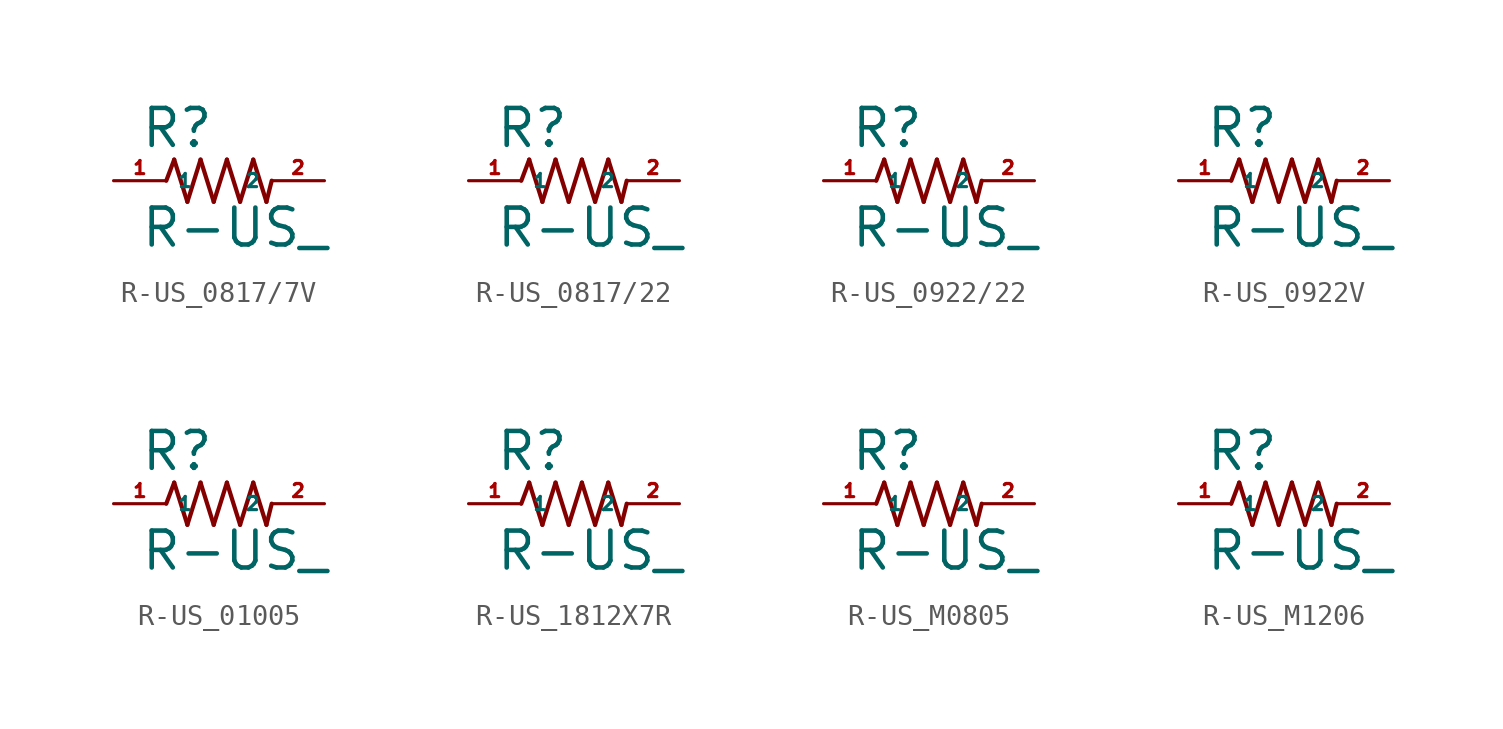
<source format=kicad_sym>
(kicad_symbol_lib
  (version 20220914)
  (generator Eagle2Kicad)
  (symbol "R-US_0817/7V"
    (property "Reference" "R"
      (at -3.81 1.499 0)
      (effects (font (size 1.778 1.778) (thickness 0.22)) (justify left bottom)))
    (property "Value" "R-US_"
      (at -3.81 -3.302 0)
      (effects (font (size 1.778 1.778) (thickness 0.22)) (justify left bottom)))
    (polyline
      (pts (xy -2.54 0) (xy -2.159 1.016))
      (stroke (width 0.203) (type default))
      (fill (type none)))
    (polyline
      (pts (xy -2.159 1.016) (xy -1.524 -1.016))
      (stroke (width 0.203) (type default))
      (fill (type none)))
    (polyline
      (pts (xy -1.524 -1.016) (xy -0.889 1.016))
      (stroke (width 0.203) (type default))
      (fill (type none)))
    (polyline
      (pts (xy -0.889 1.016) (xy -0.254 -1.016))
      (stroke (width 0.203) (type default))
      (fill (type none)))
    (polyline
      (pts (xy -0.254 -1.016) (xy 0.381 1.016))
      (stroke (width 0.203) (type default))
      (fill (type none)))
    (polyline
      (pts (xy 0.381 1.016) (xy 1.016 -1.016))
      (stroke (width 0.203) (type default))
      (fill (type none)))
    (polyline
      (pts (xy 1.016 -1.016) (xy 1.651 1.016))
      (stroke (width 0.203) (type default))
      (fill (type none)))
    (polyline
      (pts (xy 1.651 1.016) (xy 2.286 -1.016))
      (stroke (width 0.203) (type default))
      (fill (type none)))
    (polyline
      (pts (xy 2.286 -1.016) (xy 2.54 0))
      (stroke (width 0.203) (type default))
      (fill (type none)))
    (pin passive line
      (at 5.08 0 180)
      (length 2.54)
      (name "2" (effects (font (size 0.635 0.635) (thickness 0.08)) (justify left bottom)))
      (number "2" (effects (font (size 0.635 0.635) (thickness 0.08)) (justify left bottom))))
    (pin passive line
      (at -5.08 0 0)
      (length 2.54)
      (name "1" (effects (font (size 0.635 0.635) (thickness 0.08)) (justify left bottom)))
      (number "1" (effects (font (size 0.635 0.635) (thickness 0.08)) (justify left bottom)))))
  (symbol "R-US_0817/22"
    (property "Reference" "R"
      (at -3.81 1.499 0)
      (effects (font (size 1.778 1.778) (thickness 0.22)) (justify left bottom)))
    (property "Value" "R-US_"
      (at -3.81 -3.302 0)
      (effects (font (size 1.778 1.778) (thickness 0.22)) (justify left bottom)))
    (polyline
      (pts (xy -2.54 0) (xy -2.159 1.016))
      (stroke (width 0.203) (type default))
      (fill (type none)))
    (polyline
      (pts (xy -2.159 1.016) (xy -1.524 -1.016))
      (stroke (width 0.203) (type default))
      (fill (type none)))
    (polyline
      (pts (xy -1.524 -1.016) (xy -0.889 1.016))
      (stroke (width 0.203) (type default))
      (fill (type none)))
    (polyline
      (pts (xy -0.889 1.016) (xy -0.254 -1.016))
      (stroke (width 0.203) (type default))
      (fill (type none)))
    (polyline
      (pts (xy -0.254 -1.016) (xy 0.381 1.016))
      (stroke (width 0.203) (type default))
      (fill (type none)))
    (polyline
      (pts (xy 0.381 1.016) (xy 1.016 -1.016))
      (stroke (width 0.203) (type default))
      (fill (type none)))
    (polyline
      (pts (xy 1.016 -1.016) (xy 1.651 1.016))
      (stroke (width 0.203) (type default))
      (fill (type none)))
    (polyline
      (pts (xy 1.651 1.016) (xy 2.286 -1.016))
      (stroke (width 0.203) (type default))
      (fill (type none)))
    (polyline
      (pts (xy 2.286 -1.016) (xy 2.54 0))
      (stroke (width 0.203) (type default))
      (fill (type none)))
    (pin passive line
      (at 5.08 0 180)
      (length 2.54)
      (name "2" (effects (font (size 0.635 0.635) (thickness 0.08)) (justify left bottom)))
      (number "2" (effects (font (size 0.635 0.635) (thickness 0.08)) (justify left bottom))))
    (pin passive line
      (at -5.08 0 0)
      (length 2.54)
      (name "1" (effects (font (size 0.635 0.635) (thickness 0.08)) (justify left bottom)))
      (number "1" (effects (font (size 0.635 0.635) (thickness 0.08)) (justify left bottom)))))
  (symbol "R-US_0922/22"
    (property "Reference" "R"
      (at -3.81 1.499 0)
      (effects (font (size 1.778 1.778) (thickness 0.22)) (justify left bottom)))
    (property "Value" "R-US_"
      (at -3.81 -3.302 0)
      (effects (font (size 1.778 1.778) (thickness 0.22)) (justify left bottom)))
    (polyline
      (pts (xy -2.54 0) (xy -2.159 1.016))
      (stroke (width 0.203) (type default))
      (fill (type none)))
    (polyline
      (pts (xy -2.159 1.016) (xy -1.524 -1.016))
      (stroke (width 0.203) (type default))
      (fill (type none)))
    (polyline
      (pts (xy -1.524 -1.016) (xy -0.889 1.016))
      (stroke (width 0.203) (type default))
      (fill (type none)))
    (polyline
      (pts (xy -0.889 1.016) (xy -0.254 -1.016))
      (stroke (width 0.203) (type default))
      (fill (type none)))
    (polyline
      (pts (xy -0.254 -1.016) (xy 0.381 1.016))
      (stroke (width 0.203) (type default))
      (fill (type none)))
    (polyline
      (pts (xy 0.381 1.016) (xy 1.016 -1.016))
      (stroke (width 0.203) (type default))
      (fill (type none)))
    (polyline
      (pts (xy 1.016 -1.016) (xy 1.651 1.016))
      (stroke (width 0.203) (type default))
      (fill (type none)))
    (polyline
      (pts (xy 1.651 1.016) (xy 2.286 -1.016))
      (stroke (width 0.203) (type default))
      (fill (type none)))
    (polyline
      (pts (xy 2.286 -1.016) (xy 2.54 0))
      (stroke (width 0.203) (type default))
      (fill (type none)))
    (pin passive line
      (at 5.08 0 180)
      (length 2.54)
      (name "2" (effects (font (size 0.635 0.635) (thickness 0.08)) (justify left bottom)))
      (number "2" (effects (font (size 0.635 0.635) (thickness 0.08)) (justify left bottom))))
    (pin passive line
      (at -5.08 0 0)
      (length 2.54)
      (name "1" (effects (font (size 0.635 0.635) (thickness 0.08)) (justify left bottom)))
      (number "1" (effects (font (size 0.635 0.635) (thickness 0.08)) (justify left bottom)))))
  (symbol "R-US_0922V"
    (property "Reference" "R"
      (at -3.81 1.499 0)
      (effects (font (size 1.778 1.778) (thickness 0.22)) (justify left bottom)))
    (property "Value" "R-US_"
      (at -3.81 -3.302 0)
      (effects (font (size 1.778 1.778) (thickness 0.22)) (justify left bottom)))
    (polyline
      (pts (xy -2.54 0) (xy -2.159 1.016))
      (stroke (width 0.203) (type default))
      (fill (type none)))
    (polyline
      (pts (xy -2.159 1.016) (xy -1.524 -1.016))
      (stroke (width 0.203) (type default))
      (fill (type none)))
    (polyline
      (pts (xy -1.524 -1.016) (xy -0.889 1.016))
      (stroke (width 0.203) (type default))
      (fill (type none)))
    (polyline
      (pts (xy -0.889 1.016) (xy -0.254 -1.016))
      (stroke (width 0.203) (type default))
      (fill (type none)))
    (polyline
      (pts (xy -0.254 -1.016) (xy 0.381 1.016))
      (stroke (width 0.203) (type default))
      (fill (type none)))
    (polyline
      (pts (xy 0.381 1.016) (xy 1.016 -1.016))
      (stroke (width 0.203) (type default))
      (fill (type none)))
    (polyline
      (pts (xy 1.016 -1.016) (xy 1.651 1.016))
      (stroke (width 0.203) (type default))
      (fill (type none)))
    (polyline
      (pts (xy 1.651 1.016) (xy 2.286 -1.016))
      (stroke (width 0.203) (type default))
      (fill (type none)))
    (polyline
      (pts (xy 2.286 -1.016) (xy 2.54 0))
      (stroke (width 0.203) (type default))
      (fill (type none)))
    (pin passive line
      (at 5.08 0 180)
      (length 2.54)
      (name "2" (effects (font (size 0.635 0.635) (thickness 0.08)) (justify left bottom)))
      (number "2" (effects (font (size 0.635 0.635) (thickness 0.08)) (justify left bottom))))
    (pin passive line
      (at -5.08 0 0)
      (length 2.54)
      (name "1" (effects (font (size 0.635 0.635) (thickness 0.08)) (justify left bottom)))
      (number "1" (effects (font (size 0.635 0.635) (thickness 0.08)) (justify left bottom)))))
  (symbol "R-US_01005"
    (property "Reference" "R"
      (at -3.81 1.499 0)
      (effects (font (size 1.778 1.778) (thickness 0.22)) (justify left bottom)))
    (property "Value" "R-US_"
      (at -3.81 -3.302 0)
      (effects (font (size 1.778 1.778) (thickness 0.22)) (justify left bottom)))
    (polyline
      (pts (xy -2.54 0) (xy -2.159 1.016))
      (stroke (width 0.203) (type default))
      (fill (type none)))
    (polyline
      (pts (xy -2.159 1.016) (xy -1.524 -1.016))
      (stroke (width 0.203) (type default))
      (fill (type none)))
    (polyline
      (pts (xy -1.524 -1.016) (xy -0.889 1.016))
      (stroke (width 0.203) (type default))
      (fill (type none)))
    (polyline
      (pts (xy -0.889 1.016) (xy -0.254 -1.016))
      (stroke (width 0.203) (type default))
      (fill (type none)))
    (polyline
      (pts (xy -0.254 -1.016) (xy 0.381 1.016))
      (stroke (width 0.203) (type default))
      (fill (type none)))
    (polyline
      (pts (xy 0.381 1.016) (xy 1.016 -1.016))
      (stroke (width 0.203) (type default))
      (fill (type none)))
    (polyline
      (pts (xy 1.016 -1.016) (xy 1.651 1.016))
      (stroke (width 0.203) (type default))
      (fill (type none)))
    (polyline
      (pts (xy 1.651 1.016) (xy 2.286 -1.016))
      (stroke (width 0.203) (type default))
      (fill (type none)))
    (polyline
      (pts (xy 2.286 -1.016) (xy 2.54 0))
      (stroke (width 0.203) (type default))
      (fill (type none)))
    (pin passive line
      (at 5.08 0 180)
      (length 2.54)
      (name "2" (effects (font (size 0.635 0.635) (thickness 0.08)) (justify left bottom)))
      (number "2" (effects (font (size 0.635 0.635) (thickness 0.08)) (justify left bottom))))
    (pin passive line
      (at -5.08 0 0)
      (length 2.54)
      (name "1" (effects (font (size 0.635 0.635) (thickness 0.08)) (justify left bottom)))
      (number "1" (effects (font (size 0.635 0.635) (thickness 0.08)) (justify left bottom)))))
  (symbol "R-US_1812X7R"
    (property "Reference" "R"
      (at -3.81 1.499 0)
      (effects (font (size 1.778 1.778) (thickness 0.22)) (justify left bottom)))
    (property "Value" "R-US_"
      (at -3.81 -3.302 0)
      (effects (font (size 1.778 1.778) (thickness 0.22)) (justify left bottom)))
    (polyline
      (pts (xy -2.54 0) (xy -2.159 1.016))
      (stroke (width 0.203) (type default))
      (fill (type none)))
    (polyline
      (pts (xy -2.159 1.016) (xy -1.524 -1.016))
      (stroke (width 0.203) (type default))
      (fill (type none)))
    (polyline
      (pts (xy -1.524 -1.016) (xy -0.889 1.016))
      (stroke (width 0.203) (type default))
      (fill (type none)))
    (polyline
      (pts (xy -0.889 1.016) (xy -0.254 -1.016))
      (stroke (width 0.203) (type default))
      (fill (type none)))
    (polyline
      (pts (xy -0.254 -1.016) (xy 0.381 1.016))
      (stroke (width 0.203) (type default))
      (fill (type none)))
    (polyline
      (pts (xy 0.381 1.016) (xy 1.016 -1.016))
      (stroke (width 0.203) (type default))
      (fill (type none)))
    (polyline
      (pts (xy 1.016 -1.016) (xy 1.651 1.016))
      (stroke (width 0.203) (type default))
      (fill (type none)))
    (polyline
      (pts (xy 1.651 1.016) (xy 2.286 -1.016))
      (stroke (width 0.203) (type default))
      (fill (type none)))
    (polyline
      (pts (xy 2.286 -1.016) (xy 2.54 0))
      (stroke (width 0.203) (type default))
      (fill (type none)))
    (pin passive line
      (at 5.08 0 180)
      (length 2.54)
      (name "2" (effects (font (size 0.635 0.635) (thickness 0.08)) (justify left bottom)))
      (number "2" (effects (font (size 0.635 0.635) (thickness 0.08)) (justify left bottom))))
    (pin passive line
      (at -5.08 0 0)
      (length 2.54)
      (name "1" (effects (font (size 0.635 0.635) (thickness 0.08)) (justify left bottom)))
      (number "1" (effects (font (size 0.635 0.635) (thickness 0.08)) (justify left bottom)))))
  (symbol "R-US_M0805"
    (property "Reference" "R"
      (at -3.81 1.499 0)
      (effects (font (size 1.778 1.778) (thickness 0.22)) (justify left bottom)))
    (property "Value" "R-US_"
      (at -3.81 -3.302 0)
      (effects (font (size 1.778 1.778) (thickness 0.22)) (justify left bottom)))
    (polyline
      (pts (xy -2.54 0) (xy -2.159 1.016))
      (stroke (width 0.203) (type default))
      (fill (type none)))
    (polyline
      (pts (xy -2.159 1.016) (xy -1.524 -1.016))
      (stroke (width 0.203) (type default))
      (fill (type none)))
    (polyline
      (pts (xy -1.524 -1.016) (xy -0.889 1.016))
      (stroke (width 0.203) (type default))
      (fill (type none)))
    (polyline
      (pts (xy -0.889 1.016) (xy -0.254 -1.016))
      (stroke (width 0.203) (type default))
      (fill (type none)))
    (polyline
      (pts (xy -0.254 -1.016) (xy 0.381 1.016))
      (stroke (width 0.203) (type default))
      (fill (type none)))
    (polyline
      (pts (xy 0.381 1.016) (xy 1.016 -1.016))
      (stroke (width 0.203) (type default))
      (fill (type none)))
    (polyline
      (pts (xy 1.016 -1.016) (xy 1.651 1.016))
      (stroke (width 0.203) (type default))
      (fill (type none)))
    (polyline
      (pts (xy 1.651 1.016) (xy 2.286 -1.016))
      (stroke (width 0.203) (type default))
      (fill (type none)))
    (polyline
      (pts (xy 2.286 -1.016) (xy 2.54 0))
      (stroke (width 0.203) (type default))
      (fill (type none)))
    (pin passive line
      (at 5.08 0 180)
      (length 2.54)
      (name "2" (effects (font (size 0.635 0.635) (thickness 0.08)) (justify left bottom)))
      (number "2" (effects (font (size 0.635 0.635) (thickness 0.08)) (justify left bottom))))
    (pin passive line
      (at -5.08 0 0)
      (length 2.54)
      (name "1" (effects (font (size 0.635 0.635) (thickness 0.08)) (justify left bottom)))
      (number "1" (effects (font (size 0.635 0.635) (thickness 0.08)) (justify left bottom)))))
  (symbol "R-US_M1206"
    (property "Reference" "R"
      (at -3.81 1.499 0)
      (effects (font (size 1.778 1.778) (thickness 0.22)) (justify left bottom)))
    (property "Value" "R-US_"
      (at -3.81 -3.302 0)
      (effects (font (size 1.778 1.778) (thickness 0.22)) (justify left bottom)))
    (polyline
      (pts (xy -2.54 0) (xy -2.159 1.016))
      (stroke (width 0.203) (type default))
      (fill (type none)))
    (polyline
      (pts (xy -2.159 1.016) (xy -1.524 -1.016))
      (stroke (width 0.203) (type default))
      (fill (type none)))
    (polyline
      (pts (xy -1.524 -1.016) (xy -0.889 1.016))
      (stroke (width 0.203) (type default))
      (fill (type none)))
    (polyline
      (pts (xy -0.889 1.016) (xy -0.254 -1.016))
      (stroke (width 0.203) (type default))
      (fill (type none)))
    (polyline
      (pts (xy -0.254 -1.016) (xy 0.381 1.016))
      (stroke (width 0.203) (type default))
      (fill (type none)))
    (polyline
      (pts (xy 0.381 1.016) (xy 1.016 -1.016))
      (stroke (width 0.203) (type default))
      (fill (type none)))
    (polyline
      (pts (xy 1.016 -1.016) (xy 1.651 1.016))
      (stroke (width 0.203) (type default))
      (fill (type none)))
    (polyline
      (pts (xy 1.651 1.016) (xy 2.286 -1.016))
      (stroke (width 0.203) (type default))
      (fill (type none)))
    (polyline
      (pts (xy 2.286 -1.016) (xy 2.54 0))
      (stroke (width 0.203) (type default))
      (fill (type none)))
    (pin passive line
      (at 5.08 0 180)
      (length 2.54)
      (name "2" (effects (font (size 0.635 0.635) (thickness 0.08)) (justify left bottom)))
      (number "2" (effects (font (size 0.635 0.635) (thickness 0.08)) (justify left bottom))))
    (pin passive line
      (at -5.08 0 0)
      (length 2.54)
      (name "1" (effects (font (size 0.635 0.635) (thickness 0.08)) (justify left bottom)))
      (number "1" (effects (font (size 0.635 0.635) (thickness 0.08)) (justify left bottom))))))
</source>
